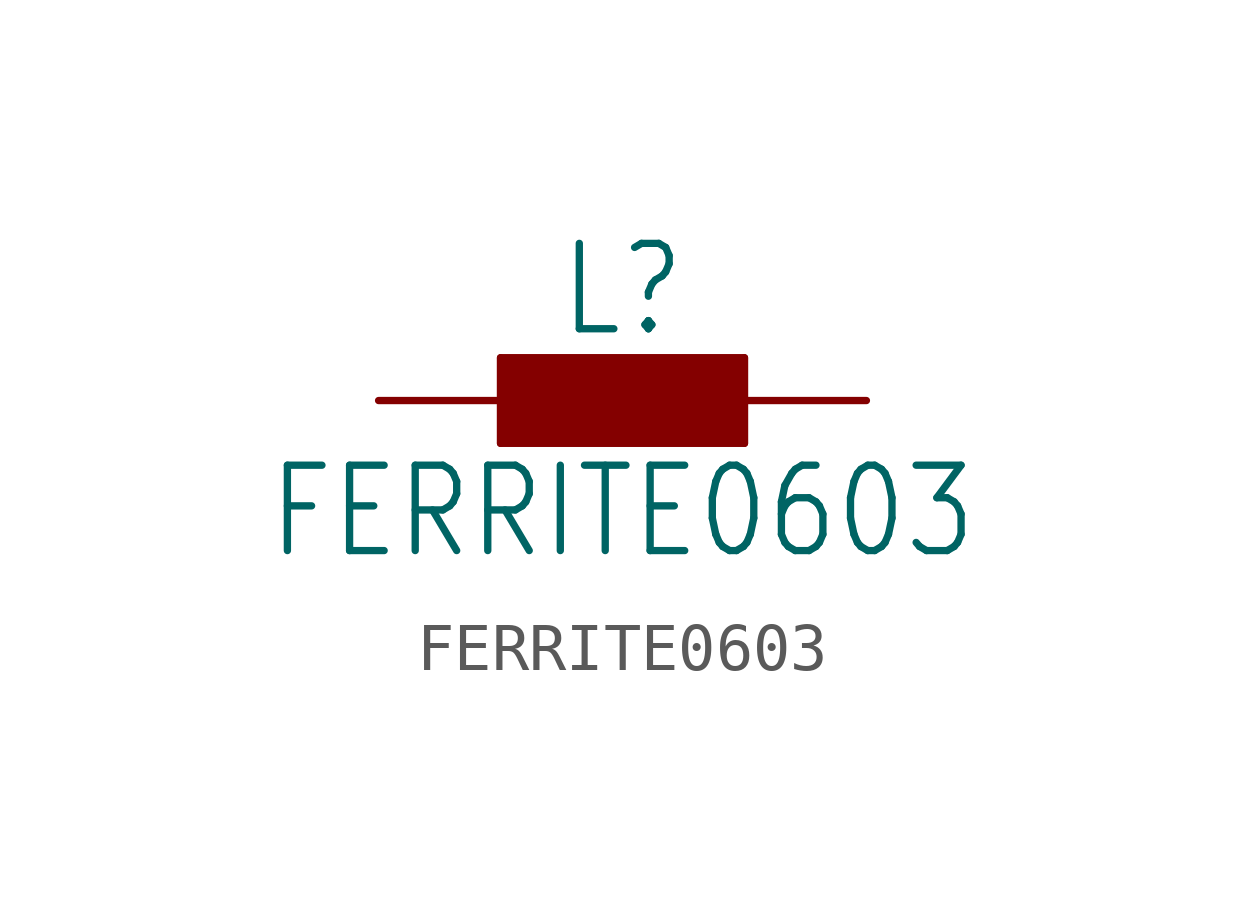
<source format=kicad_sym>
(kicad_symbol_lib
  (version 20211014)
  (generator kicad_symbol_editor)
  (symbol "FERRITE0603"
    (property "Reference" "L"
      (at 0 1.27 0)
      (effects (font (size 1.778 1.511)) (justify bottom)))
    (property "Value" "FERRITE0603"
      (at 0 -1.27 0)
      (effects (font (size 1.778 1.511)) (justify top)))
    (property "ki_locked" ""
      (at 0 0 0)
      (effects (font (size 1.27 1.27))))
    (symbol "FERRITE0603_1_0"
      (rectangle (start -2.54 -0.889) (end 2.54 0.889) (stroke (width 0) (type default) (color 0 0 0 0)) (fill (type outline)))
      (polyline (pts (xy -2.54 -0.889) (xy -2.54 0.889)) (stroke (width 0.152) (type default) (color 0 0 0 0)) (fill (type none)))
      (polyline (pts (xy -2.54 0.889) (xy 2.54 0.889)) (stroke (width 0.152) (type default) (color 0 0 0 0)) (fill (type none)))
      (polyline (pts (xy 2.54 -0.889) (xy -2.54 -0.889)) (stroke (width 0.152) (type default) (color 0 0 0 0)) (fill (type none)))
      (polyline (pts (xy 2.54 0.889) (xy 2.54 -0.889)) (stroke (width 0.152) (type default) (color 0 0 0 0)) (fill (type none)))
      (pin passive line (at -5.08 0 0) (length 2.54) (name "1" (effects (font (size 0 0)))) (number "1" (effects (font (size 0 0)))))
      (pin passive line (at 5.08 0 180) (length 2.54) (name "2" (effects (font (size 0 0)))) (number "2" (effects (font (size 0 0))))))))
</source>
